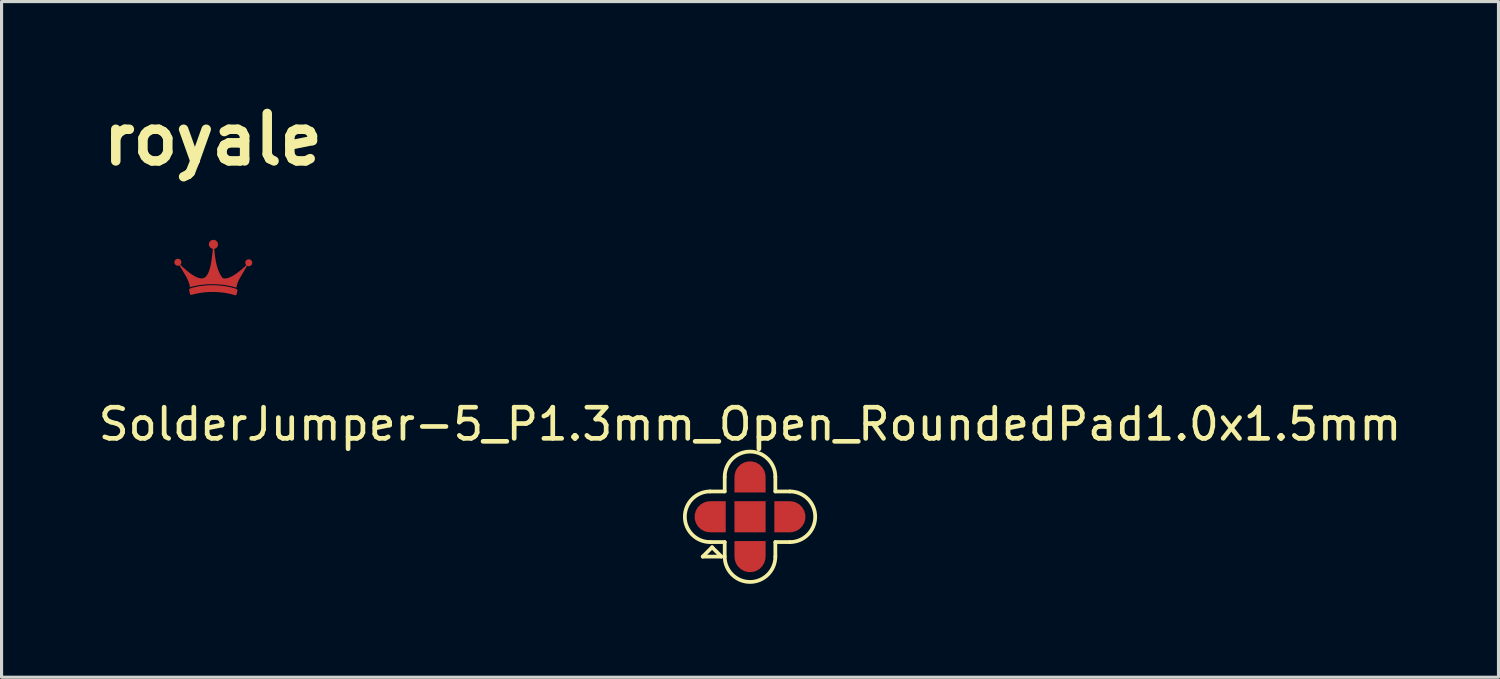
<source format=kicad_pcb>
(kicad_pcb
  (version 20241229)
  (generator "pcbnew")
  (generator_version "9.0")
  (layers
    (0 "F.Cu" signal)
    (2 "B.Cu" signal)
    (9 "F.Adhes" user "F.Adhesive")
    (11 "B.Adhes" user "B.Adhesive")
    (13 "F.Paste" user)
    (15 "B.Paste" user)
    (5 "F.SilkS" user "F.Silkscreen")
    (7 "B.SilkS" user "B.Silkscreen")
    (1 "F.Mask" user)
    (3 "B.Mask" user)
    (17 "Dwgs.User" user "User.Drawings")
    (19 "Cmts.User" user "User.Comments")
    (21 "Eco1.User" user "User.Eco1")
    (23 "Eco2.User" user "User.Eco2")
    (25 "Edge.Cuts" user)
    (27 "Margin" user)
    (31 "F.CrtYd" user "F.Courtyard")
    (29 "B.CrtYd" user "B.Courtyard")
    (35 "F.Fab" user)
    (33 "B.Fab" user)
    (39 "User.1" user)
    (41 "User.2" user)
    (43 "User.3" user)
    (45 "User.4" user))
  (footprint "royale"
    (layer "F.Cu")
    (at 3.788 5.565)
    (property "Reference" "royale" (at 0 -4.138 0) (layer "F.SilkS") (effects (font (size 1.524 1.524) (thickness 0.305))))
    (attr smd)
    (fp_poly (pts (xy 0.011 0.588) (xy -0.017 0.588) (xy -0.046 0.588) (xy -0.074 0.589) (xy -0.101 0.589) (xy -0.129 0.59) (xy -0.157 0.592) (xy -0.184 0.593) (xy -0.211 0.595) (xy -0.238 0.597) (xy -0.265 0.599) (xy -0.291 0.602) (xy -0.318 0.605) (xy -0.344 0.608) (xy -0.369 0.611) (xy -0.395 0.615) (xy -0.42 0.618) (xy -0.445 0.623) (xy -0.47 0.627) (xy -0.494 0.632) (xy -0.518 0.636) (xy -0.542 0.642) (xy -0.565 0.647) (xy -0.589 0.653) (xy -0.611 0.659) (xy -0.634 0.665) (xy -0.656 0.671) (xy -0.677 0.678) (xy -0.699 0.685) (xy -0.72 0.692) (xy -0.712 0.716) (xy -0.706 0.739) (xy -0.702 0.761) (xy -0.699 0.783) (xy -0.697 0.806) (xy -0.676 0.8) (xy -0.654 0.794) (xy -0.632 0.788) (xy -0.61 0.782) (xy -0.587 0.777) (xy -0.564 0.772) (xy -0.541 0.766) (xy -0.517 0.761) (xy -0.493 0.757) (xy -0.469 0.752) (xy -0.444 0.748) (xy -0.42 0.744) (xy -0.394 0.74) (xy -0.369 0.736) (xy -0.343 0.733) (xy -0.318 0.729) (xy -0.291 0.726) (xy -0.265 0.724) (xy -0.238 0.721) (xy -0.211 0.719) (xy -0.184 0.717) (xy -0.157 0.716) (xy -0.13 0.714) (xy -0.102 0.713) (xy -0.074 0.712) (xy -0.046 0.712) (xy -0.017 0.712) (xy 0.011 0.712) (xy 0.039 0.712) (xy 0.068 0.713) (xy 0.096 0.714) (xy 0.124 0.715) (xy 0.151 0.717) (xy 0.179 0.718) (xy 0.206 0.721) (xy 0.233 0.723) (xy 0.26 0.725) (xy 0.286 0.728) (xy 0.312 0.731) (xy 0.338 0.734) (xy 0.364 0.738) (xy 0.39 0.742) (xy 0.415 0.746) (xy 0.44 0.75) (xy 0.464 0.755) (xy 0.489 0.759) (xy 0.513 0.764) (xy 0.537 0.769) (xy 0.56 0.775) (xy 0.584 0.78) (xy 0.606 0.786) (xy 0.629 0.792) (xy 0.651 0.798) (xy 0.673 0.805) (xy 0.695 0.811) (xy 0.716 0.818) (xy 0.718 0.797) (xy 0.722 0.776) (xy 0.727 0.754) (xy 0.733 0.732) (xy 0.74 0.709) (xy 0.72 0.701) (xy 0.699 0.694) (xy 0.677 0.687) (xy 0.655 0.68) (xy 0.633 0.674) (xy 0.611 0.668) (xy 0.588 0.661) (xy 0.565 0.656) (xy 0.541 0.65) (xy 0.517 0.645) (xy 0.493 0.639) (xy 0.468 0.635) (xy 0.444 0.63) (xy 0.418 0.625) (xy 0.393 0.621) (xy 0.367 0.617) (xy 0.341 0.614) (xy 0.315 0.61) (xy 0.289 0.607) (xy 0.262 0.604) (xy 0.235 0.601) (xy 0.208 0.599) (xy 0.18 0.596) (xy 0.152 0.594) (xy 0.124 0.593) (xy 0.096 0.591) (xy 0.068 0.59) (xy 0.04 0.589) (xy 0.011 0.588)) (stroke (width 0.094) (type solid)) (fill yes) (layer "F.Cu"))
    (fp_poly (pts (xy 0.015 -0.915) (xy -0.009 -0.913) (xy -0.031 -0.907) (xy -0.052 -0.899) (xy -0.071 -0.887) (xy -0.088 -0.872) (xy -0.103 -0.855) (xy -0.114 -0.836) (xy -0.123 -0.816) (xy -0.129 -0.793) (xy -0.131 -0.77) (xy -0.129 -0.746) (xy -0.123 -0.723) (xy -0.114 -0.703) (xy -0.102 -0.684) (xy -0.087 -0.667) (xy -0.069 -0.653) (xy -0.05 -0.642) (xy -0.028 -0.633) (xy -0.006 -0.628) (xy -0.008 -0.6) (xy -0.011 -0.572) (xy -0.013 -0.543) (xy -0.016 -0.515) (xy -0.019 -0.486) (xy -0.022 -0.457) (xy -0.025 -0.428) (xy -0.029 -0.399) (xy -0.032 -0.37) (xy -0.036 -0.341) (xy -0.04 -0.312) (xy -0.044 -0.283) (xy -0.048 -0.254) (xy -0.052 -0.226) (xy -0.057 -0.197) (xy -0.062 -0.169) (xy -0.067 -0.142) (xy -0.073 -0.114) (xy -0.078 -0.088) (xy -0.084 -0.061) (xy -0.091 -0.036) (xy -0.097 -0.01) (xy -0.104 0.014) (xy -0.111 0.039) (xy -0.119 0.062) (xy -0.127 0.085) (xy -0.135 0.106) (xy -0.144 0.128) (xy -0.153 0.148) (xy -0.162 0.167) (xy -0.172 0.186) (xy -0.182 0.203) (xy -0.193 0.22) (xy -0.204 0.235) (xy -0.216 0.249) (xy -0.228 0.262) (xy -0.24 0.274) (xy -0.253 0.285) (xy -0.267 0.295) (xy -0.281 0.303) (xy -0.295 0.309) (xy -0.312 0.316) (xy -0.33 0.32) (xy -0.348 0.322) (xy -0.367 0.323) (xy -0.387 0.322) (xy -0.407 0.32) (xy -0.428 0.316) (xy -0.449 0.311) (xy -0.471 0.304) (xy -0.493 0.297) (xy -0.515 0.288) (xy -0.537 0.277) (xy -0.56 0.266) (xy -0.583 0.254) (xy -0.606 0.241) (xy -0.629 0.228) (xy -0.652 0.213) (xy -0.675 0.198) (xy -0.698 0.182) (xy -0.721 0.166) (xy -0.744 0.149) (xy -0.767 0.132) (xy -0.789 0.115) (xy -0.811 0.097) (xy -0.833 0.08) (xy -0.854 0.062) (xy -0.875 0.044) (xy -0.895 0.026) (xy -0.915 0.009) (xy -0.934 -0.009) (xy -0.953 -0.026) (xy -0.971 -0.042) (xy -0.988 -0.059) (xy -1.005 -0.074) (xy -1.02 -0.089) (xy -1.035 -0.104) (xy -1.049 -0.117) (xy -1.035 -0.134) (xy -1.024 -0.152) (xy -1.017 -0.173) (xy -1.015 -0.195) (xy -1.017 -0.218) (xy -1.024 -0.239) (xy -1.034 -0.258) (xy -1.048 -0.275) (xy -1.064 -0.288) (xy -1.083 -0.299) (xy -1.104 -0.305) (xy -1.127 -0.308) (xy -1.15 -0.305) (xy -1.171 -0.299) (xy -1.19 -0.288) (xy -1.207 -0.275) (xy -1.22 -0.258) (xy -1.231 -0.239) (xy -1.237 -0.218) (xy -1.24 -0.195) (xy -1.237 -0.172) (xy -1.231 -0.151) (xy -1.22 -0.132) (xy -1.207 -0.116) (xy -1.19 -0.102) (xy -1.171 -0.092) (xy -1.15 -0.085) (xy -1.127 -0.083) (xy -1.106 -0.082) (xy -1.091 -0.087) (xy -1.076 -0.095) (xy -0.861 0.268) (xy -0.846 0.297) (xy -0.831 0.325) (xy -0.818 0.353) (xy -0.806 0.38) (xy -0.795 0.406) (xy -0.785 0.432) (xy -0.776 0.456) (xy -0.768 0.48) (xy -0.761 0.503) (xy -0.755 0.526) (xy -0.75 0.547) (xy -0.745 0.568) (xy -0.742 0.588) (xy -0.739 0.608) (xy -0.718 0.601) (xy -0.696 0.595) (xy -0.673 0.589) (xy -0.65 0.583) (xy -0.627 0.577) (xy -0.604 0.572) (xy -0.58 0.566) (xy -0.556 0.561) (xy -0.532 0.556) (xy -0.507 0.551) (xy -0.482 0.547) (xy -0.457 0.543) (xy -0.431 0.539) (xy -0.406 0.535) (xy -0.38 0.531) (xy -0.353 0.528) (xy -0.327 0.525) (xy -0.3 0.522) (xy -0.273 0.52) (xy -0.246 0.518) (xy -0.219 0.516) (xy -0.191 0.514) (xy -0.163 0.512) (xy -0.135 0.511) (xy -0.107 0.511) (xy -0.079 0.51) (xy -0.051 0.51) (xy -0.022 0.51) (xy 0.007 0.51) (xy 0.036 0.511) (xy 0.065 0.511) (xy 0.093 0.512) (xy 0.122 0.513) (xy 0.15 0.515) (xy 0.178 0.517) (xy 0.206 0.519) (xy 0.233 0.521) (xy 0.26 0.523) (xy 0.288 0.526) (xy 0.314 0.529) (xy 0.341 0.532) (xy 0.367 0.536) (xy 0.393 0.539) (xy 0.419 0.543) (xy 0.445 0.548) (xy 0.47 0.552) (xy 0.495 0.557) (xy 0.52 0.562) (xy 0.544 0.567) (xy 0.568 0.572) (xy 0.592 0.578) (xy 0.616 0.583) (xy 0.639 0.589) (xy 0.662 0.595) (xy 0.685 0.602) (xy 0.707 0.608) (xy 0.729 0.615) (xy 0.751 0.622) (xy 0.754 0.603) (xy 0.758 0.582) (xy 0.762 0.562) (xy 0.768 0.54) (xy 0.774 0.518) (xy 0.781 0.495) (xy 0.789 0.472) (xy 0.798 0.447) (xy 0.809 0.422) (xy 0.82 0.397) (xy 0.833 0.37) (xy 0.847 0.343) (xy 0.863 0.315) (xy 0.88 0.286) (xy 1.096 -0.083) (xy 1.112 -0.075) (xy 1.13 -0.069) (xy 1.148 -0.067) (xy 1.17 -0.069) (xy 1.192 -0.076) (xy 1.211 -0.086) (xy 1.227 -0.1) (xy 1.241 -0.116) (xy 1.252 -0.135) (xy 1.258 -0.156) (xy 1.26 -0.179) (xy 1.258 -0.202) (xy 1.252 -0.223) (xy 1.241 -0.242) (xy 1.227 -0.258) (xy 1.211 -0.272) (xy 1.192 -0.283) (xy 1.17 -0.289) (xy 1.148 -0.292) (xy 1.125 -0.289) (xy 1.104 -0.283) (xy 1.085 -0.272) (xy 1.068 -0.258) (xy 1.055 -0.242) (xy 1.044 -0.223) (xy 1.038 -0.202) (xy 1.036 -0.179) (xy 1.038 -0.158) (xy 1.046 -0.138) (xy 1.056 -0.119) (xy 1.069 -0.102) (xy 1.055 -0.089) (xy 1.041 -0.075) (xy 1.025 -0.06) (xy 1.009 -0.045) (xy 0.992 -0.03) (xy 0.974 -0.013) (xy 0.955 0.003) (xy 0.936 0.02) (xy 0.916 0.037) (xy 0.895 0.054) (xy 0.874 0.072) (xy 0.853 0.089) (xy 0.831 0.107) (xy 0.808 0.124) (xy 0.786 0.141) (xy 0.763 0.158) (xy 0.74 0.174) (xy 0.717 0.19) (xy 0.693 0.205) (xy 0.67 0.22) (xy 0.646 0.234) (xy 0.623 0.248) (xy 0.6 0.26) (xy 0.576 0.272) (xy 0.553 0.283) (xy 0.53 0.293) (xy 0.508 0.301) (xy 0.485 0.309) (xy 0.463 0.315) (xy 0.442 0.32) (xy 0.421 0.323) (xy 0.4 0.325) (xy 0.38 0.326) (xy 0.361 0.325) (xy 0.342 0.322) (xy 0.324 0.317) (xy 0.307 0.31) (xy 0.292 0.29) (xy 0.278 0.27) (xy 0.264 0.249) (xy 0.251 0.228) (xy 0.239 0.206) (xy 0.227 0.184) (xy 0.215 0.161) (xy 0.204 0.139) (xy 0.194 0.116) (xy 0.184 0.092) (xy 0.174 0.069) (xy 0.165 0.045) (xy 0.156 0.021) (xy 0.148 -0.003) (xy 0.141 -0.028) (xy 0.133 -0.053) (xy 0.126 -0.077) (xy 0.119 -0.102) (xy 0.113 -0.128) (xy 0.107 -0.153) (xy 0.102 -0.178) (xy 0.096 -0.204) (xy 0.091 -0.229) (xy 0.087 -0.255) (xy 0.082 -0.28) (xy 0.078 -0.306) (xy 0.074 -0.331) (xy 0.07 -0.357) (xy 0.067 -0.382) (xy 0.064 -0.407) (xy 0.061 -0.433) (xy 0.058 -0.458) (xy 0.055 -0.483) (xy 0.052 -0.508) (xy 0.05 -0.533) (xy 0.048 -0.557) (xy 0.045 -0.582) (xy 0.043 -0.606) (xy 0.041 -0.63) (xy 0.066 -0.634) (xy 0.082 -0.639) (xy 0.098 -0.647) (xy 0.114 -0.66) (xy 0.129 -0.677) (xy 0.142 -0.696) (xy 0.152 -0.719) (xy 0.158 -0.743) (xy 0.161 -0.77) (xy 0.159 -0.793) (xy 0.153 -0.816) (xy 0.144 -0.836) (xy 0.133 -0.855) (xy 0.118 -0.872) (xy 0.101 -0.887) (xy 0.082 -0.899) (xy 0.061 -0.907) (xy 0.039 -0.913) (xy 0.015 -0.915)) (stroke (width 0) (type solid)) (fill yes) (layer "F.Cu"))
    (fp_poly (pts (xy 0.006 -1.09) (xy -0.018 -1.089) (xy -0.042 -1.087) (xy -0.065 -1.082) (xy -0.088 -1.076) (xy -0.11 -1.069) (xy -0.131 -1.06) (xy -0.152 -1.049) (xy -0.172 -1.037) (xy -0.19 -1.024) (xy -0.208 -1.01) (xy -0.225 -0.994) (xy -0.24 -0.978) (xy -0.255 -0.96) (xy -0.268 -0.941) (xy -0.28 -0.922) (xy -0.29 -0.901) (xy -0.299 -0.88) (xy -0.307 -0.858) (xy -0.313 -0.835) (xy -0.317 -0.812) (xy -0.319 -0.788) (xy -0.32 -0.764) (xy -0.319 -0.738) (xy -0.316 -0.712) (xy -0.311 -0.687) (xy -0.304 -0.662) (xy -0.295 -0.638) (xy -0.284 -0.614) (xy -0.272 -0.592) (xy -0.257 -0.57) (xy -0.241 -0.55) (xy -0.247 -0.523) (xy -0.252 -0.496) (xy -0.258 -0.469) (xy -0.264 -0.443) (xy -0.271 -0.416) (xy -0.277 -0.39) (xy -0.284 -0.364) (xy -0.292 -0.338) (xy -0.299 -0.313) (xy -0.308 -0.289) (xy -0.317 -0.265) (xy -0.326 -0.242) (xy -0.337 -0.22) (xy -0.348 -0.199) (xy -0.36 -0.179) (xy -0.372 -0.16) (xy -0.386 -0.143) (xy -0.401 -0.126) (xy -0.417 -0.111) (xy -0.434 -0.098) (xy -0.452 -0.086) (xy -0.471 -0.076) (xy -0.506 -0.064) (xy -0.538 -0.056) (xy -0.567 -0.051) (xy -0.595 -0.049) (xy -0.62 -0.05) (xy -0.644 -0.052) (xy -0.665 -0.057) (xy -0.686 -0.063) (xy -0.704 -0.071) (xy -0.722 -0.08) (xy -0.738 -0.09) (xy -0.753 -0.101) (xy -0.768 -0.113) (xy -0.781 -0.124) (xy -0.794 -0.136) (xy -0.806 -0.147) (xy -0.818 -0.158) (xy -0.83 -0.168) (xy -0.841 -0.176) (xy -0.842 -0.201) (xy -0.845 -0.225) (xy -0.85 -0.249) (xy -0.857 -0.272) (xy -0.865 -0.294) (xy -0.875 -0.315) (xy -0.887 -0.335) (xy -0.9 -0.355) (xy -0.914 -0.373) (xy -0.93 -0.39) (xy -0.947 -0.406) (xy -0.965 -0.42) (xy -0.984 -0.433) (xy -1.004 -0.445) (xy -1.026 -0.455) (xy -1.048 -0.463) (xy -1.071 -0.469) (xy -1.094 -0.474) (xy -1.118 -0.477) (xy -1.143 -0.478) (xy -1.168 -0.477) (xy -1.192 -0.474) (xy -1.216 -0.469) (xy -1.238 -0.463) (xy -1.261 -0.455) (xy -1.282 -0.445) (xy -1.302 -0.433) (xy -1.321 -0.42) (xy -1.339 -0.406) (xy -1.356 -0.39) (xy -1.372 -0.373) (xy -1.387 -0.355) (xy -1.4 -0.335) (xy -1.411 -0.315) (xy -1.421 -0.294) (xy -1.429 -0.272) (xy -1.436 -0.249) (xy -1.441 -0.225) (xy -1.444 -0.201) (xy -1.445 -0.176) (xy -1.444 -0.152) (xy -1.441 -0.128) (xy -1.436 -0.104) (xy -1.429 -0.081) (xy -1.421 -0.059) (xy -1.411 -0.038) (xy -1.4 -0.018) (xy -1.387 0.002) (xy -1.372 0.02) (xy -1.356 0.037) (xy -1.339 0.053) (xy -1.321 0.067) (xy -1.302 0.08) (xy -1.282 0.092) (xy -1.261 0.102) (xy -1.238 0.11) (xy -1.216 0.117) (xy -1.192 0.121) (xy -1.168 0.124) (xy -1.143 0.125) (xy -1.128 0.157) (xy -1.116 0.184) (xy -1.108 0.206) (xy -1.101 0.224) (xy -1.097 0.239) (xy -1.094 0.253) (xy -1.092 0.265) (xy -1.09 0.277) (xy -1.088 0.289) (xy -1.085 0.303) (xy -1.081 0.319) (xy -1.074 0.339) (xy -1.065 0.362) (xy -1.06 0.388) (xy -1.055 0.414) (xy -1.049 0.441) (xy -1.043 0.468) (xy -1.037 0.496) (xy -1.03 0.525) (xy -1.023 0.553) (xy -1.016 0.582) (xy -1.009 0.611) (xy -1.002 0.64) (xy -0.994 0.669) (xy -0.987 0.698) (xy -0.979 0.727) (xy -0.972 0.755) (xy -0.965 0.783) (xy -0.958 0.81) (xy -0.951 0.837) (xy -0.944 0.863) (xy -0.937 0.889) (xy -0.931 0.914) (xy -0.925 0.937) (xy -0.92 0.96) (xy -0.914 0.982) (xy -0.91 1.003) (xy -0.906 1.022) (xy -0.902 1.04) (xy -0.899 1.057) (xy -0.897 1.072) (xy -0.895 1.085) (xy -0.87 1.078) (xy -0.846 1.07) (xy -0.822 1.063) (xy -0.798 1.056) (xy -0.775 1.049) (xy -0.752 1.042) (xy -0.729 1.035) (xy -0.706 1.028) (xy -0.684 1.022) (xy -0.661 1.015) (xy -0.639 1.009) (xy -0.616 1.003) (xy -0.594 0.997) (xy -0.572 0.991) (xy -0.549 0.986) (xy -0.526 0.981) (xy -0.503 0.976) (xy -0.48 0.971) (xy -0.457 0.966) (xy -0.433 0.962) (xy -0.409 0.958) (xy -0.385 0.954) (xy -0.36 0.951) (xy -0.335 0.947) (xy -0.309 0.945) (xy -0.283 0.942) (xy -0.256 0.94) (xy -0.229 0.938) (xy -0.2 0.936) (xy -0.172 0.935) (xy -0.142 0.934) (xy -0.112 0.933) (xy -0.08 0.933) (xy -0.048 0.933) (xy -0.016 0.934) (xy 0.016 0.934) (xy 0.047 0.934) (xy 0.078 0.935) (xy 0.108 0.936) (xy 0.137 0.938) (xy 0.166 0.939) (xy 0.194 0.941) (xy 0.222 0.943) (xy 0.249 0.945) (xy 0.276 0.947) (xy 0.303 0.95) (xy 0.329 0.953) (xy 0.354 0.956) (xy 0.38 0.959) (xy 0.405 0.963) (xy 0.429 0.967) (xy 0.454 0.971) (xy 0.478 0.975) (xy 0.502 0.979) (xy 0.526 0.984) (xy 0.549 0.989) (xy 0.573 0.994) (xy 0.596 0.999) (xy 0.619 1.004) (xy 0.642 1.01) (xy 0.665 1.015) (xy 0.688 1.021) (xy 0.711 1.027) (xy 0.734 1.034) (xy 0.756 1.04) (xy 0.779 1.047) (xy 0.802 1.054) (xy 0.825 1.061) (xy 0.848 1.068) (xy 0.872 1.075) (xy 0.895 1.082) (xy 0.919 1.09) (xy 0.921 1.076) (xy 0.925 1.06) (xy 0.929 1.043) (xy 0.934 1.025) (xy 0.94 1.006) (xy 0.946 0.985) (xy 0.953 0.963) (xy 0.961 0.94) (xy 0.969 0.917) (xy 0.977 0.893) (xy 0.986 0.867) (xy 0.995 0.842) (xy 1.004 0.815) (xy 1.014 0.788) (xy 1.023 0.761) (xy 1.033 0.734) (xy 1.042 0.706) (xy 1.051 0.678) (xy 1.06 0.649) (xy 1.069 0.621) (xy 1.078 0.593) (xy 1.086 0.565) (xy 1.094 0.537) (xy 1.101 0.51) (xy 1.108 0.483) (xy 1.114 0.456) (xy 1.12 0.43) (xy 1.124 0.404) (xy 1.132 0.372) (xy 1.139 0.342) (xy 1.146 0.315) (xy 1.153 0.289) (xy 1.16 0.266) (xy 1.167 0.244) (xy 1.174 0.224) (xy 1.181 0.206) (xy 1.188 0.189) (xy 1.195 0.174) (xy 1.202 0.16) (xy 1.209 0.147) (xy 1.216 0.135) (xy 1.223 0.124) (xy 1.231 0.114) (xy 1.238 0.105) (xy 1.246 0.096) (xy 1.253 0.087) (xy 1.261 0.079) (xy 1.269 0.071) (xy 1.277 0.063) (xy 1.285 0.055) (xy 1.293 0.047) (xy 1.302 0.039) (xy 1.311 0.03) (xy 1.32 0.021) (xy 1.329 0.011) (xy 1.338 0.001) (xy 1.347 -0.011) (xy 1.357 -0.023) (xy 1.367 -0.037) (xy 1.377 -0.051) (xy 1.388 -0.067) (xy 1.399 -0.085) (xy 1.41 -0.104) (xy 1.421 -0.125) (xy 1.433 -0.148) (xy 1.445 -0.172) (xy 1.444 -0.197) (xy 1.441 -0.221) (xy 1.436 -0.245) (xy 1.429 -0.268) (xy 1.421 -0.29) (xy 1.411 -0.311) (xy 1.4 -0.331) (xy 1.387 -0.351) (xy 1.372 -0.369) (xy 1.356 -0.386) (xy 1.339 -0.401) (xy 1.321 -0.416) (xy 1.302 -0.429) (xy 1.282 -0.44) (xy 1.261 -0.45) (xy 1.238 -0.459) (xy 1.216 -0.465) (xy 1.192 -0.47) (xy 1.168 -0.473) (xy 1.143 -0.474) (xy 1.118 -0.473) (xy 1.094 -0.47) (xy 1.071 -0.465) (xy 1.048 -0.459) (xy 1.026 -0.45) (xy 1.004 -0.44) (xy 0.984 -0.429) (xy 0.965 -0.416) (xy 0.947 -0.401) (xy 0.93 -0.386) (xy 0.914 -0.369) (xy 0.9 -0.351) (xy 0.887 -0.331) (xy 0.875 -0.311) (xy 0.865 -0.29) (xy 0.857 -0.268) (xy 0.85 -0.245) (xy 0.845 -0.221) (xy 0.842 -0.197) (xy 0.841 -0.172) (xy 0.84 -0.148) (xy 0.837 -0.126) (xy 0.831 -0.107) (xy 0.822 -0.091) (xy 0.812 -0.077) (xy 0.8 -0.066) (xy 0.786 -0.057) (xy 0.771 -0.049) (xy 0.754 -0.044) (xy 0.736 -0.04) (xy 0.717 -0.037) (xy 0.697 -0.036) (xy 0.676 -0.036) (xy 0.655 -0.037) (xy 0.633 -0.038) (xy 0.611 -0.041) (xy 0.589 -0.043) (xy 0.567 -0.046) (xy 0.545 -0.049) (xy 0.523 -0.052) (xy 0.502 -0.054) (xy 0.482 -0.056) (xy 0.463 -0.058) (xy 0.444 -0.068) (xy 0.427 -0.08) (xy 0.411 -0.094) (xy 0.396 -0.109) (xy 0.382 -0.125) (xy 0.369 -0.142) (xy 0.358 -0.161) (xy 0.347 -0.181) (xy 0.337 -0.201) (xy 0.327 -0.223) (xy 0.319 -0.245) (xy 0.311 -0.268) (xy 0.304 -0.292) (xy 0.297 -0.317) (xy 0.291 -0.342) (xy 0.286 -0.367) (xy 0.28 -0.393) (xy 0.275 -0.419) (xy 0.271 -0.445) (xy 0.266 -0.471) (xy 0.262 -0.498) (xy 0.257 -0.524) (xy 0.253 -0.551) (xy 0.269 -0.571) (xy 0.284 -0.592) (xy 0.297 -0.615) (xy 0.307 -0.638) (xy 0.316 -0.662) (xy 0.323 -0.687) (xy 0.329 -0.712) (xy 0.332 -0.738) (xy 0.333 -0.764) (xy 0.332 -0.788) (xy 0.329 -0.812) (xy 0.325 -0.835) (xy 0.319 -0.858) (xy 0.311 -0.88) (xy 0.302 -0.901) (xy 0.292 -0.922) (xy 0.28 -0.941) (xy 0.267 -0.96) (xy 0.253 -0.978) (xy 0.237 -0.994) (xy 0.22 -1.01) (xy 0.203 -1.024) (xy 0.184 -1.037) (xy 0.164 -1.049) (xy 0.144 -1.06) (xy 0.123 -1.069) (xy 0.101 -1.076) (xy 0.078 -1.082) (xy 0.054 -1.087) (xy 0.031 -1.089) (xy 0.006 -1.09) (xy 0.006 -1.09)) (stroke (width 0.132) (type solid)) (fill yes) (layer "F.Mask")))
  (footprint "SolderJumper-5_P1.3mm_Open_RoundedPad1.0x1.5mm"
    (layer "F.Cu")
    (at 21.03 13.541)
    (property "Reference" "SolderJumper-5_P1.3mm_Open_RoundedPad1.0x1.5mm" (at 0 -2.972 0) (layer "F.SilkS") (effects (font (size 1 1) (thickness 0.15))))
    (attr exclude_from_pos_files exclude_from_bom)
    (fp_line (start -1.518 1.279) (end -0.918 1.279) (stroke (width 0.12) (type solid)) (layer "F.SilkS"))
    (fp_line (start -1.28 0.813) (end -0.813 0.813) (stroke (width 0.12) (type solid)) (layer "F.SilkS"))
    (fp_line (start -1.218 0.979) (end -1.518 1.279) (stroke (width 0.12) (type solid)) (layer "F.SilkS"))
    (fp_line (start -1.218 0.979) (end -0.918 1.279) (stroke (width 0.12) (type solid)) (layer "F.SilkS"))
    (fp_line (start -0.813 -1.28) (end -0.813 -0.813) (stroke (width 0.12) (type solid)) (layer "F.SilkS"))
    (fp_line (start -0.813 -0.813) (end -1.28 -0.813) (stroke (width 0.12) (type solid)) (layer "F.SilkS"))
    (fp_line (start -0.813 0.813) (end -0.813 1.28) (stroke (width 0.12) (type solid)) (layer "F.SilkS"))
    (fp_line (start 0.813 -0.813) (end 0.813 -1.28) (stroke (width 0.12) (type solid)) (layer "F.SilkS"))
    (fp_line (start 0.813 0.813) (end 1.28 0.813) (stroke (width 0.12) (type solid)) (layer "F.SilkS"))
    (fp_line (start 0.813 1.28) (end 0.813 0.813) (stroke (width 0.12) (type solid)) (layer "F.SilkS"))
    (fp_line (start 1.28 -0.813) (end 0.813 -0.813) (stroke (width 0.12) (type solid)) (layer "F.SilkS"))
    (fp_arc (start -1.28 0.8128) (mid -2.0928 0) (end -1.28 -0.8128) (stroke (width 0.12) (type solid)) (layer "F.SilkS"))
    (fp_arc (start -0.8128 -1.28) (mid 0 -2.0928) (end 0.8128 -1.28) (stroke (width 0.12) (type solid)) (layer "F.SilkS"))
    (fp_arc (start 0.8128 1.28) (mid 0 2.0928) (end -0.8128 1.28) (stroke (width 0.12) (type solid)) (layer "F.SilkS"))
    (fp_arc (start 1.28 -0.8128) (mid 2.0928 0) (end 1.28 0.8128) (stroke (width 0.12) (type solid)) (layer "F.SilkS"))
    (pad "1" smd custom (at -1.28 0) (size 0.5 0.5) (layers "F.Cu" "F.Mask") (options (anchor rect)) (primitives (gr_circle (center 0 0) (end 0.5 0) (width 0) (fill yes)) (gr_poly (pts (xy 0.5 -0.5) (xy 0 -0.5) (xy 0 0.5) (xy 0.5 0.5)) (width 0) (fill yes))))
    (pad "2" smd rect (at 0 0) (size 1 1) (layers "F.Cu" "F.Mask"))
    (pad "3" smd custom (at 1.28 0) (size 0.5 0.5) (layers "F.Cu" "F.Mask") (options (anchor rect)) (primitives (gr_circle (center 0 0) (end 0.5 0) (width 0) (fill yes)) (gr_poly (pts (xy -0.5 -0.5) (xy 0 -0.5) (xy 0 0.5) (xy -0.5 0.5)) (width 0) (fill yes))))
    (pad "4" smd custom (at 0 1.28 90) (size 0.5 0.5) (layers "F.Cu" "F.Mask") (options (anchor rect)) (primitives (gr_circle (center 0 0) (end 0.5 0) (width 0) (fill yes)) (gr_poly (pts (xy 0.5 -0.5) (xy 0 -0.5) (xy 0 0.5) (xy 0.5 0.5)) (width 0) (fill yes))))
    (pad "5" smd custom (at 0 -1.28 270) (size 0.5 0.5) (layers "F.Cu" "F.Mask") (options (anchor rect)) (primitives (gr_circle (center 0 0) (end 0.5 0) (width 0) (fill yes)) (gr_poly (pts (xy 0.5 -0.5) (xy 0 -0.5) (xy 0 0.5) (xy 0.5 0.5)) (width 0) (fill yes)))))
  (gr_rect
    (start -3 -3)
    (end 45.06 18.693)
    (stroke (width 0.1) (type default))
    (fill no)
    (layer "Edge.Cuts")))
</source>
